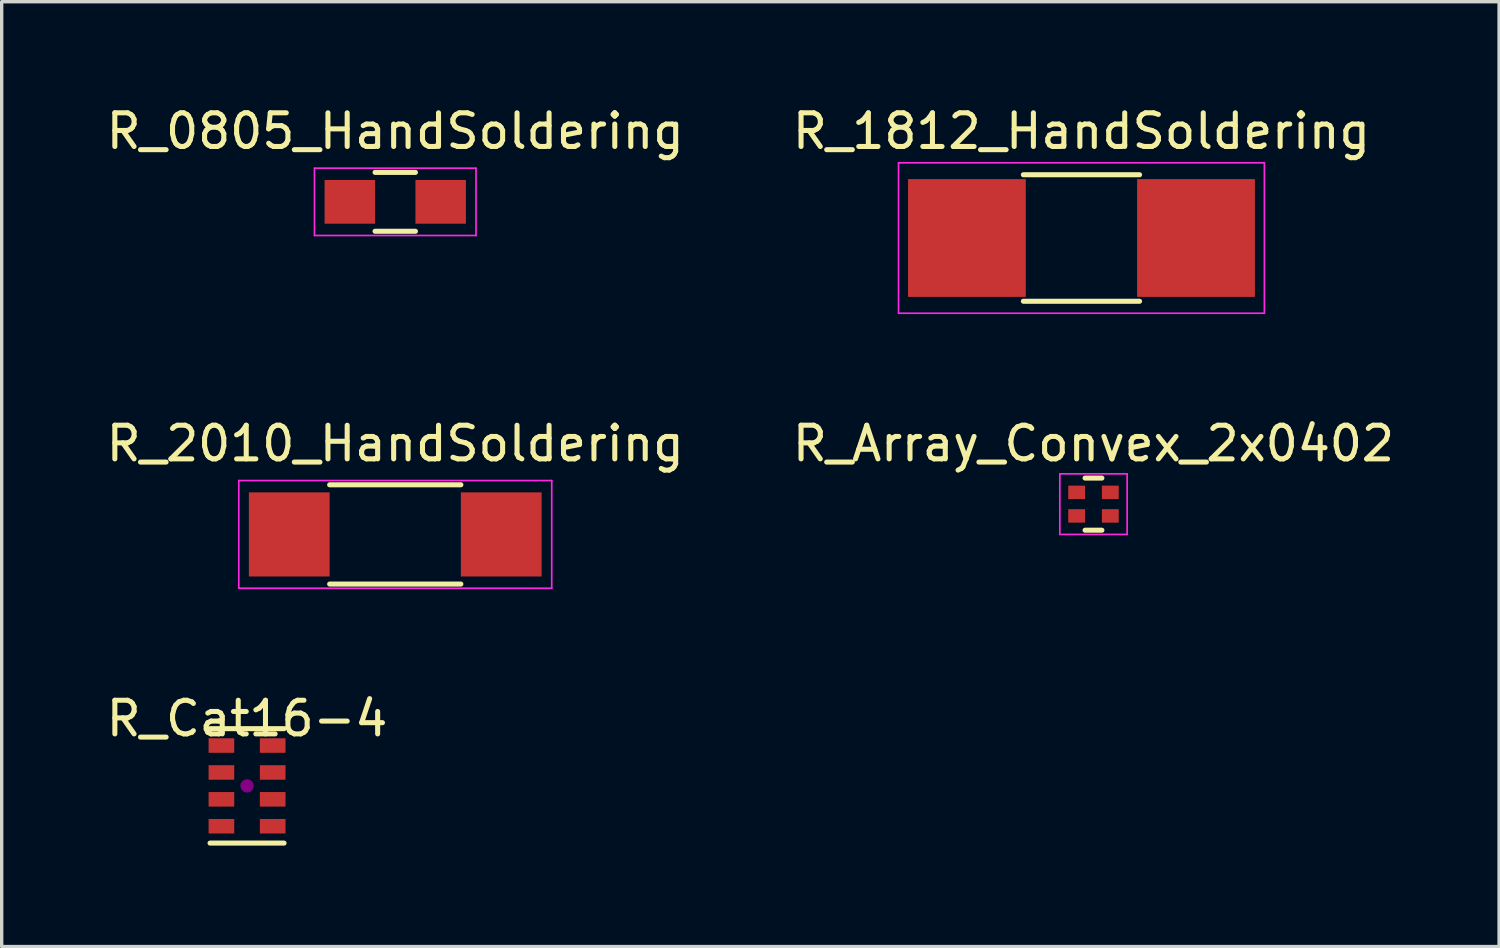
<source format=kicad_pcb>
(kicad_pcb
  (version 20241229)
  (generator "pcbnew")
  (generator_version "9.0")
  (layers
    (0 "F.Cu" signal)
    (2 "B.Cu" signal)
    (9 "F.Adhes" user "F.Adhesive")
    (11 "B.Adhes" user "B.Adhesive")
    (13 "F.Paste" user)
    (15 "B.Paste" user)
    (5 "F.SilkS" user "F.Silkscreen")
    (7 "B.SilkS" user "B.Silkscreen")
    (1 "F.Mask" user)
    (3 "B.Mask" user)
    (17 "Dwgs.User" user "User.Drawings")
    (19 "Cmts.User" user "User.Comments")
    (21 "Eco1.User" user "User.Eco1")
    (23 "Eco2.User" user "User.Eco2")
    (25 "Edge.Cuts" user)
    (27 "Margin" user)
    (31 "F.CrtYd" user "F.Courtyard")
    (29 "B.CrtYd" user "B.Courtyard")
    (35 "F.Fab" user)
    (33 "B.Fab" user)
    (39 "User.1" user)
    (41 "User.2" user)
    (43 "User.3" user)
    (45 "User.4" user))
  (footprint "R_1812_HandSoldering"
    (layer "F.Cu")
    (at 29.089 4.023)
    (property "Reference" "R_1812_HandSoldering" (at 0 -3.175 0) (layer "F.SilkS") (effects (font (size 1 1) (thickness 0.15))))
    (attr smd)
    (fp_line (start -1.727 -1.88) (end 1.727 -1.88) (stroke (width 0.15) (type solid)) (layer "F.SilkS"))
    (fp_line (start -1.727 1.88) (end 1.727 1.88) (stroke (width 0.15) (type solid)) (layer "F.SilkS"))
    (fp_line (start -5.436 -2.235) (end 5.436 -2.235) (stroke (width 0.05) (type solid)) (layer "F.CrtYd"))
    (fp_line (start -5.436 2.235) (end -5.436 -2.235) (stroke (width 0.05) (type solid)) (layer "F.CrtYd"))
    (fp_line (start 5.436 -2.235) (end 5.436 2.235) (stroke (width 0.05) (type solid)) (layer "F.CrtYd"))
    (fp_line (start 5.436 2.235) (end -5.436 2.235) (stroke (width 0.05) (type solid)) (layer "F.CrtYd"))
    (pad "1" smd rect (at -3.404 0) (size 3.5 3.5) (layers "F.Cu" "F.Mask" "F.Paste"))
    (pad "2" smd rect (at 3.404 0) (size 3.5 3.5) (layers "F.Cu" "F.Mask" "F.Paste")))
  (footprint "R_0805_HandSoldering"
    (layer "F.Cu")
    (at 8.696 2.948)
    (property "Reference" "R_0805_HandSoldering" (at 0 -2.1 0) (layer "F.SilkS") (effects (font (size 1 1) (thickness 0.15))))
    (attr smd)
    (fp_line (start -0.6 -0.875) (end 0.6 -0.875) (stroke (width 0.15) (type solid)) (layer "F.SilkS"))
    (fp_line (start 0.6 0.875) (end -0.6 0.875) (stroke (width 0.15) (type solid)) (layer "F.SilkS"))
    (fp_line (start -2.4 -1) (end -2.4 1) (stroke (width 0.05) (type solid)) (layer "F.CrtYd"))
    (fp_line (start -2.4 -1) (end 2.4 -1) (stroke (width 0.05) (type solid)) (layer "F.CrtYd"))
    (fp_line (start -2.4 1) (end 2.4 1) (stroke (width 0.05) (type solid)) (layer "F.CrtYd"))
    (fp_line (start 2.4 -1) (end 2.4 1) (stroke (width 0.05) (type solid)) (layer "F.CrtYd"))
    (pad "1" smd rect (at -1.35 0) (size 1.5 1.3) (layers "F.Cu" "F.Mask" "F.Paste"))
    (pad "2" smd rect (at 1.35 0) (size 1.5 1.3) (layers "F.Cu" "F.Mask" "F.Paste")))
  (footprint "R_Cat16-4"
    (layer "F.Cu")
    (at 4.292 20.305)
    (property "Reference" "R_Cat16-4" (at 0 -2 0) (layer "F.SilkS") (effects (font (size 1 1) (thickness 0.15))))
    (attr through_hole)
    (fp_line (start -1.1 -1.7) (end 1.1 -1.7) (stroke (width 0.15) (type solid)) (layer "F.SilkS"))
    (fp_line (start -1.1 1.7) (end 1.1 1.7) (stroke (width 0.15) (type solid)) (layer "F.SilkS"))
    (fp_circle (center 0 0) (end 0.1 0) (stroke (width 0.2) (type solid)) (fill no) (layer "F.Adhes"))
    (pad "1" smd rect (at 0.762 1.199) (size 0.762 0.432) (layers "F.Cu" "F.Mask" "F.Paste"))
    (pad "2" smd rect (at 0.762 0.399) (size 0.762 0.432) (layers "F.Cu" "F.Mask" "F.Paste"))
    (pad "3" smd rect (at 0.762 -0.399) (size 0.762 0.432) (layers "F.Cu" "F.Mask" "F.Paste"))
    (pad "4" smd rect (at 0.762 -1.199) (size 0.762 0.432) (layers "F.Cu" "F.Mask" "F.Paste"))
    (pad "5" smd rect (at -0.762 -1.199) (size 0.762 0.432) (layers "F.Cu" "F.Mask" "F.Paste"))
    (pad "6" smd rect (at -0.762 -0.399) (size 0.762 0.432) (layers "F.Cu" "F.Mask" "F.Paste"))
    (pad "7" smd rect (at -0.762 0.399) (size 0.762 0.432) (layers "F.Cu" "F.Mask" "F.Paste"))
    (pad "8" smd rect (at -0.762 1.199) (size 0.762 0.432) (layers "F.Cu" "F.Mask" "F.Paste")))
  (footprint "R_2010_HandSoldering"
    (layer "F.Cu")
    (at 8.696 12.832)
    (property "Reference" "R_2010_HandSoldering" (at 0 -2.7 0) (layer "F.SilkS") (effects (font (size 1 1) (thickness 0.15))))
    (attr smd)
    (fp_line (start -1.95 -1.475) (end 1.95 -1.475) (stroke (width 0.15) (type solid)) (layer "F.SilkS"))
    (fp_line (start 1.95 1.475) (end -1.95 1.475) (stroke (width 0.15) (type solid)) (layer "F.SilkS"))
    (fp_line (start -4.65 -1.6) (end -4.65 1.6) (stroke (width 0.05) (type solid)) (layer "F.CrtYd"))
    (fp_line (start -4.65 -1.6) (end 4.65 -1.6) (stroke (width 0.05) (type solid)) (layer "F.CrtYd"))
    (fp_line (start -4.65 1.6) (end 4.65 1.6) (stroke (width 0.05) (type solid)) (layer "F.CrtYd"))
    (fp_line (start 4.65 -1.6) (end 4.65 1.6) (stroke (width 0.05) (type solid)) (layer "F.CrtYd"))
    (pad "1" smd rect (at -3.15 0) (size 2.4 2.5) (layers "F.Cu" "F.Mask" "F.Paste"))
    (pad "2" smd rect (at 3.15 0) (size 2.4 2.5) (layers "F.Cu" "F.Mask" "F.Paste")))
  (footprint "R_Array_Convex_2x0402"
    (layer "F.Cu")
    (at 29.446 11.932)
    (property "Reference" "R_Array_Convex_2x0402" (at 0 -1.8 0) (layer "F.SilkS") (effects (font (size 1 1) (thickness 0.15))))
    (attr smd)
    (fp_line (start 0.25 -0.775) (end -0.25 -0.775) (stroke (width 0.15) (type solid)) (layer "F.SilkS"))
    (fp_line (start 0.25 0.775) (end -0.25 0.775) (stroke (width 0.15) (type solid)) (layer "F.SilkS"))
    (fp_line (start -1 -0.9) (end -1 0.9) (stroke (width 0.05) (type solid)) (layer "F.CrtYd"))
    (fp_line (start -1 -0.9) (end 1 -0.9) (stroke (width 0.05) (type solid)) (layer "F.CrtYd"))
    (fp_line (start -1 0.9) (end 1 0.9) (stroke (width 0.05) (type solid)) (layer "F.CrtYd"))
    (fp_line (start 1 -0.9) (end 1 0.9) (stroke (width 0.05) (type solid)) (layer "F.CrtYd"))
    (pad "1" smd rect (at -0.5 -0.35) (size 0.5 0.4) (layers "F.Cu" "F.Mask" "F.Paste"))
    (pad "2" smd rect (at -0.5 0.35) (size 0.5 0.4) (layers "F.Cu" "F.Mask" "F.Paste"))
    (pad "3" smd rect (at 0.5 0.35) (size 0.5 0.4) (layers "F.Cu" "F.Mask" "F.Paste"))
    (pad "4" smd rect (at 0.5 -0.35) (size 0.5 0.4) (layers "F.Cu" "F.Mask" "F.Paste")))
  (gr_rect
    (start -3 -3)
    (end 41.5 25.08)
    (stroke (width 0.1) (type default))
    (fill no)
    (layer "Edge.Cuts")))
</source>
